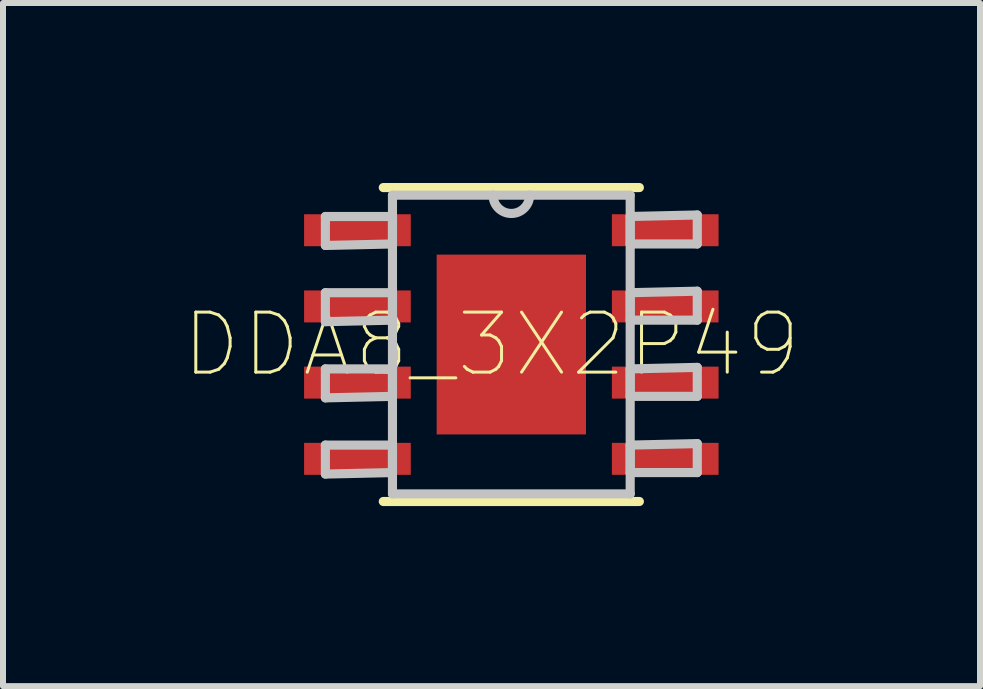
<source format=kicad_pcb>
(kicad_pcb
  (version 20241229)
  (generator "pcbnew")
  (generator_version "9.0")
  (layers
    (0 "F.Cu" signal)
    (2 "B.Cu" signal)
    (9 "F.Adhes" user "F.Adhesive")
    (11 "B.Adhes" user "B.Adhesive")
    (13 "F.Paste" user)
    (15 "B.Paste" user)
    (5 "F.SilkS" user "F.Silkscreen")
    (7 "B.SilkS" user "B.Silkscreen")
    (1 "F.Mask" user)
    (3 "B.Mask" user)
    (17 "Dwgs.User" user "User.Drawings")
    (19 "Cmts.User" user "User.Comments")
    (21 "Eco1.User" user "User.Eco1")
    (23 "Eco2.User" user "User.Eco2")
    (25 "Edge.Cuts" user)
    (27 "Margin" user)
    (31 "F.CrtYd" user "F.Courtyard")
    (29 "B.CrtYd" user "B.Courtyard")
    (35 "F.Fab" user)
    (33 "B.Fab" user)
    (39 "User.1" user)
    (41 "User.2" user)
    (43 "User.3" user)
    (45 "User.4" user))
  (footprint "DDA8_3X2P49"
    (layer "F.Cu")
    (at 5.472 2.692)
    (property "Reference" "DDA8_3X2P49" (at -0.33 0 0) (layer "F.SilkS") (effects (font (size 1 1) (thickness 0.05))))
    (attr smd)
    (fp_line (start -2.134 2.616) (end 2.134 2.616) (stroke (width 0.152) (type solid)) (layer "F.SilkS"))
    (fp_line (start 2.134 -2.616) (end -2.134 -2.616) (stroke (width 0.152) (type solid)) (layer "F.SilkS"))
    (fp_poly (pts (xy -1.143 -1.397) (xy -1.143 -0.102) (xy 1.143 -0.102) (xy 1.143 -1.397)) (stroke (width 0) (type solid)) (fill yes) (layer "F.Paste"))
    (fp_poly (pts (xy -1.143 0.102) (xy -1.143 1.397) (xy 1.143 1.397) (xy 1.143 0.102)) (stroke (width 0) (type solid)) (fill yes) (layer "F.Paste"))
    (fp_line (start -3.099 -2.134) (end -3.099 -1.651) (stroke (width 0.152) (type solid)) (layer "Dwgs.User"))
    (fp_line (start -3.099 -1.651) (end -1.981 -1.676) (stroke (width 0.152) (type solid)) (layer "Dwgs.User"))
    (fp_line (start -3.099 -0.864) (end -3.099 -0.381) (stroke (width 0.152) (type solid)) (layer "Dwgs.User"))
    (fp_line (start -3.099 -0.381) (end -1.981 -0.406) (stroke (width 0.152) (type solid)) (layer "Dwgs.User"))
    (fp_line (start -3.099 0.406) (end -3.099 0.889) (stroke (width 0.152) (type solid)) (layer "Dwgs.User"))
    (fp_line (start -3.099 0.889) (end -1.981 0.864) (stroke (width 0.152) (type solid)) (layer "Dwgs.User"))
    (fp_line (start -3.099 1.676) (end -3.099 2.159) (stroke (width 0.152) (type solid)) (layer "Dwgs.User"))
    (fp_line (start -3.099 2.159) (end -1.981 2.134) (stroke (width 0.152) (type solid)) (layer "Dwgs.User"))
    (fp_line (start -1.981 -2.489) (end -1.981 2.489) (stroke (width 0.152) (type solid)) (layer "Dwgs.User"))
    (fp_line (start -1.981 -2.134) (end -3.099 -2.134) (stroke (width 0.152) (type solid)) (layer "Dwgs.User"))
    (fp_line (start -1.981 -1.676) (end -1.981 -2.134) (stroke (width 0.152) (type solid)) (layer "Dwgs.User"))
    (fp_line (start -1.981 -0.864) (end -3.099 -0.864) (stroke (width 0.152) (type solid)) (layer "Dwgs.User"))
    (fp_line (start -1.981 -0.406) (end -1.981 -0.864) (stroke (width 0.152) (type solid)) (layer "Dwgs.User"))
    (fp_line (start -1.981 0.406) (end -3.099 0.406) (stroke (width 0.152) (type solid)) (layer "Dwgs.User"))
    (fp_line (start -1.981 0.864) (end -1.981 0.406) (stroke (width 0.152) (type solid)) (layer "Dwgs.User"))
    (fp_line (start -1.981 1.676) (end -3.099 1.676) (stroke (width 0.152) (type solid)) (layer "Dwgs.User"))
    (fp_line (start -1.981 2.134) (end -1.981 1.676) (stroke (width 0.152) (type solid)) (layer "Dwgs.User"))
    (fp_line (start -1.981 2.489) (end 1.981 2.489) (stroke (width 0.152) (type solid)) (layer "Dwgs.User"))
    (fp_line (start -0.305 -2.489) (end -1.981 -2.489) (stroke (width 0.152) (type solid)) (layer "Dwgs.User"))
    (fp_line (start 0.305 -2.489) (end -0.305 -2.489) (stroke (width 0.152) (type solid)) (layer "Dwgs.User"))
    (fp_line (start 1.981 -2.489) (end 0.305 -2.489) (stroke (width 0.152) (type solid)) (layer "Dwgs.User"))
    (fp_line (start 1.981 -2.134) (end 1.981 -1.676) (stroke (width 0.152) (type solid)) (layer "Dwgs.User"))
    (fp_line (start 1.981 -1.676) (end 3.099 -1.676) (stroke (width 0.152) (type solid)) (layer "Dwgs.User"))
    (fp_line (start 1.981 -0.864) (end 1.981 -0.406) (stroke (width 0.152) (type solid)) (layer "Dwgs.User"))
    (fp_line (start 1.981 -0.406) (end 3.099 -0.406) (stroke (width 0.152) (type solid)) (layer "Dwgs.User"))
    (fp_line (start 1.981 0.406) (end 1.981 0.864) (stroke (width 0.152) (type solid)) (layer "Dwgs.User"))
    (fp_line (start 1.981 0.864) (end 3.099 0.864) (stroke (width 0.152) (type solid)) (layer "Dwgs.User"))
    (fp_line (start 1.981 1.676) (end 1.981 2.134) (stroke (width 0.152) (type solid)) (layer "Dwgs.User"))
    (fp_line (start 1.981 2.134) (end 3.099 2.134) (stroke (width 0.152) (type solid)) (layer "Dwgs.User"))
    (fp_line (start 1.981 2.489) (end 1.981 -2.489) (stroke (width 0.152) (type solid)) (layer "Dwgs.User"))
    (fp_line (start 3.099 -2.159) (end 1.981 -2.134) (stroke (width 0.152) (type solid)) (layer "Dwgs.User"))
    (fp_line (start 3.099 -1.676) (end 3.099 -2.159) (stroke (width 0.152) (type solid)) (layer "Dwgs.User"))
    (fp_line (start 3.099 -0.889) (end 1.981 -0.864) (stroke (width 0.152) (type solid)) (layer "Dwgs.User"))
    (fp_line (start 3.099 -0.406) (end 3.099 -0.889) (stroke (width 0.152) (type solid)) (layer "Dwgs.User"))
    (fp_line (start 3.099 0.381) (end 1.981 0.406) (stroke (width 0.152) (type solid)) (layer "Dwgs.User"))
    (fp_line (start 3.099 0.864) (end 3.099 0.381) (stroke (width 0.152) (type solid)) (layer "Dwgs.User"))
    (fp_line (start 3.099 1.651) (end 1.981 1.676) (stroke (width 0.152) (type solid)) (layer "Dwgs.User"))
    (fp_line (start 3.099 2.134) (end 3.099 1.651) (stroke (width 0.152) (type solid)) (layer "Dwgs.User"))
    (fp_arc (start 0.3048 -2.4892) (mid 0 -2.1844) (end -0.3048 -2.4892) (stroke (width 0.1524) (type solid)) (layer "Dwgs.User"))
    (pad "1" smd rect (at -2.565 -1.905) (size 1.778 0.533) (layers "F.Cu" "F.Mask" "F.Paste"))
    (pad "2" smd rect (at -2.565 -0.635) (size 1.778 0.533) (layers "F.Cu" "F.Mask" "F.Paste"))
    (pad "3" smd rect (at -2.565 0.635) (size 1.778 0.533) (layers "F.Cu" "F.Mask" "F.Paste"))
    (pad "4" smd rect (at -2.565 1.905) (size 1.778 0.533) (layers "F.Cu" "F.Mask" "F.Paste"))
    (pad "5" smd rect (at 2.565 1.905) (size 1.778 0.533) (layers "F.Cu" "F.Mask" "F.Paste"))
    (pad "6" smd rect (at 2.565 0.635) (size 1.778 0.533) (layers "F.Cu" "F.Mask" "F.Paste"))
    (pad "7" smd rect (at 2.565 -0.635) (size 1.778 0.533) (layers "F.Cu" "F.Mask" "F.Paste"))
    (pad "8" smd rect (at 2.565 -1.905) (size 1.778 0.533) (layers "F.Cu" "F.Mask" "F.Paste"))
    (pad "EPAD" smd rect (at 0 0) (size 2.489 2.997) (layers "F.Cu" "F.Mask" "F.Paste")))
  (gr_rect
    (start -3 -3)
    (end 13.283 8.385)
    (stroke (width 0.1) (type default))
    (fill no)
    (layer "Edge.Cuts")))
</source>
